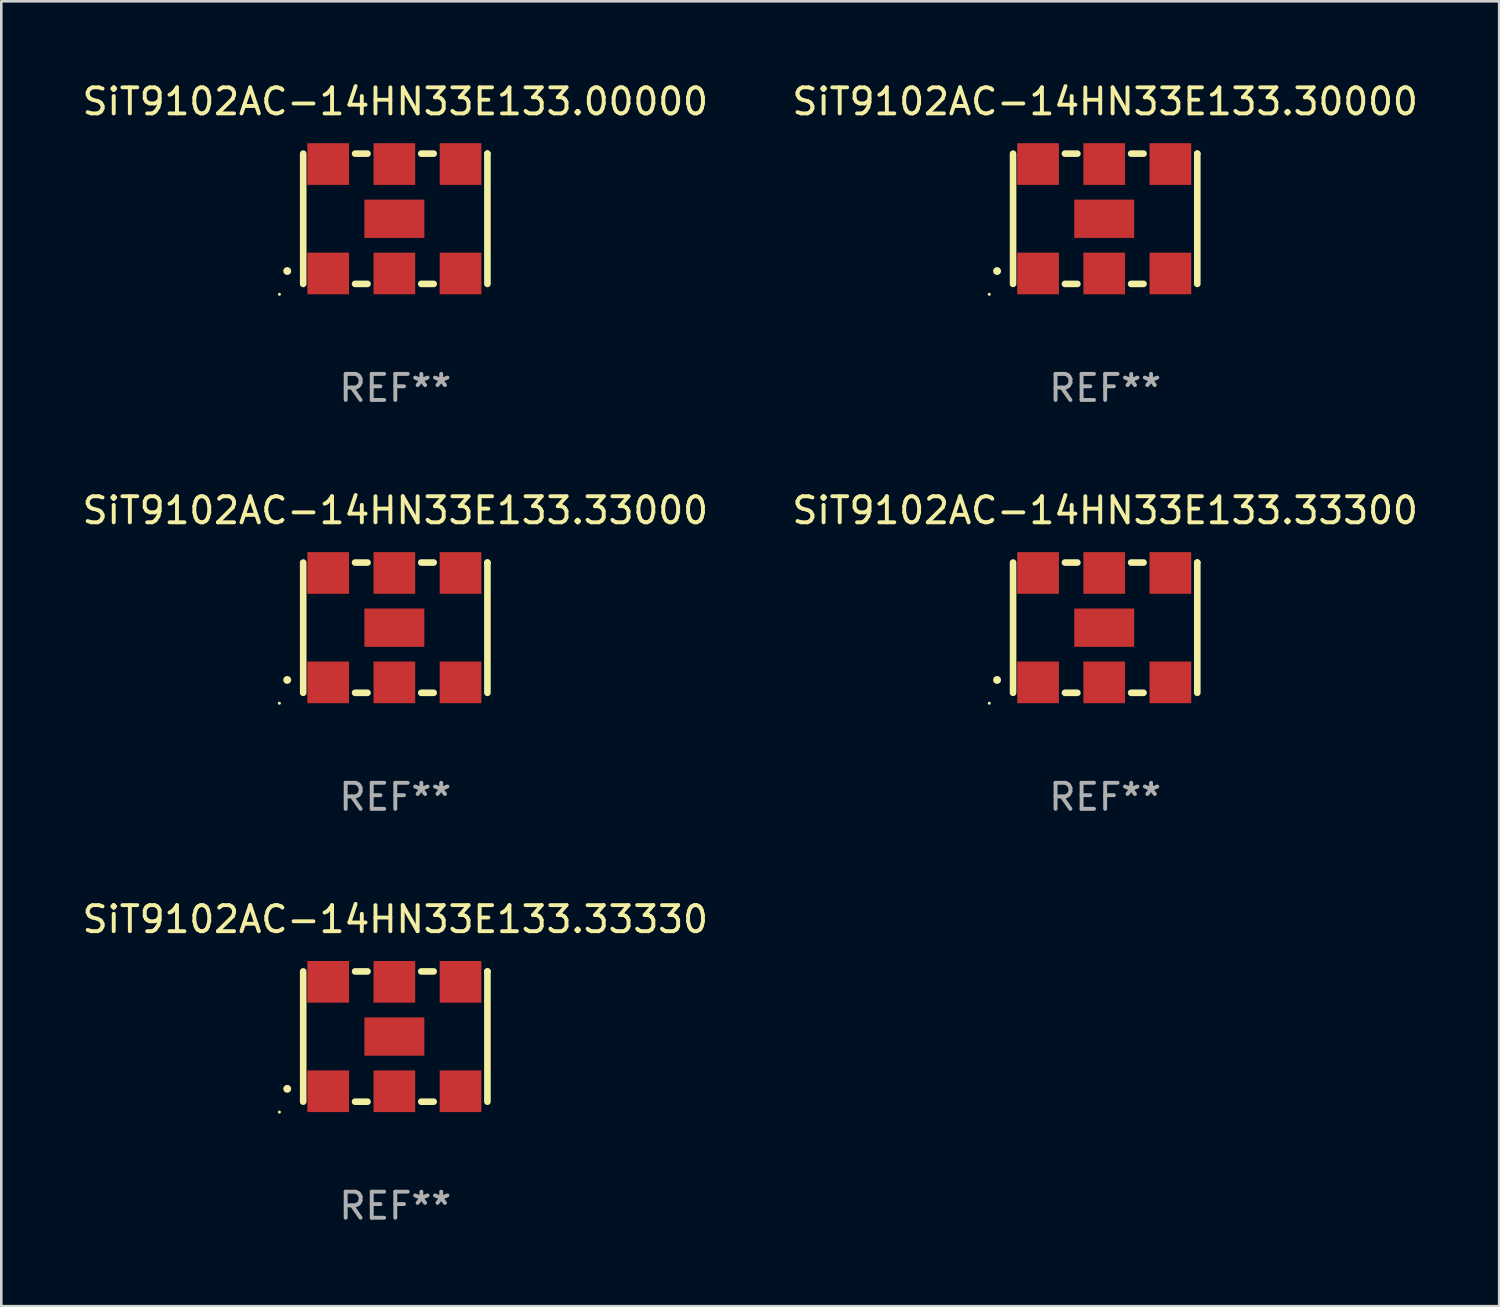
<source format=kicad_pcb>
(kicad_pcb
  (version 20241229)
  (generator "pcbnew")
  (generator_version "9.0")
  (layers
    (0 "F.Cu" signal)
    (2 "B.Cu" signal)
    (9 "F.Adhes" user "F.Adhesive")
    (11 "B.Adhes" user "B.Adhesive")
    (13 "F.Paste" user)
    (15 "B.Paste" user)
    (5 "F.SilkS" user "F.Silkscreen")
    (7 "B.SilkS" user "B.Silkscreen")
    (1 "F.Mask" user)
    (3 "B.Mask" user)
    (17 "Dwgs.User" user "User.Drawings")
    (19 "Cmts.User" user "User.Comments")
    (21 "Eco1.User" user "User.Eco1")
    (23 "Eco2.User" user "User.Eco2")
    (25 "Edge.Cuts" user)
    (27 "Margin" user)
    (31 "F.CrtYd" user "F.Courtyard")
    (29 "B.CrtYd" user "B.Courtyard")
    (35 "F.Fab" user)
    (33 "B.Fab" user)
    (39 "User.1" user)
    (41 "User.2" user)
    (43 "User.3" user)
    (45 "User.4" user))
  (footprint "SiT9102AC-14HN33E133.33330"
    (layer "F.Cu")
    (at 12.125 36.741)
    (property "Reference" "SiT9102AC-14HN33E133.33330" (at 0 -4.5 0) (layer "F.SilkS") (effects (font (size 1 1) (thickness 0.15))))
    (attr through_hole)
    (fp_line (start -3.536 -2.5) (end -3.536 2.5) (stroke (width 0.254) (type solid)) (layer "F.SilkS"))
    (fp_line (start -1.544 2.5) (end -1.067 2.5) (stroke (width 0.254) (type solid)) (layer "F.SilkS"))
    (fp_line (start -1.067 -2.5) (end -1.544 -2.5) (stroke (width 0.254) (type solid)) (layer "F.SilkS"))
    (fp_line (start 0.996 2.5) (end 1.473 2.5) (stroke (width 0.254) (type solid)) (layer "F.SilkS"))
    (fp_line (start 1.473 -2.5) (end 0.996 -2.5) (stroke (width 0.254) (type solid)) (layer "F.SilkS"))
    (fp_line (start 3.536 -2.5) (end 3.536 -2.5) (stroke (width 0.254) (type solid)) (layer "F.SilkS"))
    (fp_line (start 3.536 2.5) (end 3.536 -2.5) (stroke (width 0.254) (type solid)) (layer "F.SilkS"))
    (fp_arc (start -4.150432 2.006604) (mid -4.149162 2.006599) (end -4.147892 2.006604) (stroke (width 0.3) (type solid)) (layer "F.SilkS"))
    (fp_circle (center -4.449 2.9) (end -4.419 2.9) (stroke (width 0.06) (type solid)) (fill no) (layer "F.SilkS"))
    (fp_text user "REF**" (at 0 6.5 0) (layer "F.Fab") (effects (font (size 1 1) (thickness 0.15))))
    (pad "1" smd rect (at -2.576 2.1) (size 1.6 1.6) (layers "F.Cu" "F.Mask" "F.Paste"))
    (pad "2" smd rect (at -0.036 2.1) (size 1.6 1.6) (layers "F.Cu" "F.Mask" "F.Paste"))
    (pad "3" smd rect (at 2.504 2.1) (size 1.6 1.6) (layers "F.Cu" "F.Mask" "F.Paste"))
    (pad "4" smd rect (at 2.504 -2.1) (size 1.6 1.6) (layers "F.Cu" "F.Mask" "F.Paste"))
    (pad "5" smd rect (at -0.036 -2.1) (size 1.6 1.6) (layers "F.Cu" "F.Mask" "F.Paste"))
    (pad "6" smd rect (at -2.576 -2.1) (size 1.6 1.6) (layers "F.Cu" "F.Mask" "F.Paste"))
    (pad "7" smd rect (at -0.036 0) (size 2.3 1.47) (layers "F.Cu" "F.Mask" "F.Paste")))
  (footprint "SiT9102AC-14HN33E133.33300"
    (layer "F.Cu")
    (at 39.375 21.045)
    (property "Reference" "SiT9102AC-14HN33E133.33300" (at 0 -4.5 0) (layer "F.SilkS") (effects (font (size 1 1) (thickness 0.15))))
    (attr through_hole)
    (fp_line (start -3.536 -2.5) (end -3.536 2.5) (stroke (width 0.254) (type solid)) (layer "F.SilkS"))
    (fp_line (start -1.544 2.5) (end -1.067 2.5) (stroke (width 0.254) (type solid)) (layer "F.SilkS"))
    (fp_line (start -1.067 -2.5) (end -1.544 -2.5) (stroke (width 0.254) (type solid)) (layer "F.SilkS"))
    (fp_line (start 0.996 2.5) (end 1.473 2.5) (stroke (width 0.254) (type solid)) (layer "F.SilkS"))
    (fp_line (start 1.473 -2.5) (end 0.996 -2.5) (stroke (width 0.254) (type solid)) (layer "F.SilkS"))
    (fp_line (start 3.536 -2.5) (end 3.536 -2.5) (stroke (width 0.254) (type solid)) (layer "F.SilkS"))
    (fp_line (start 3.536 2.5) (end 3.536 -2.5) (stroke (width 0.254) (type solid)) (layer "F.SilkS"))
    (fp_arc (start -4.150432 2.006604) (mid -4.149162 2.006599) (end -4.147892 2.006604) (stroke (width 0.3) (type solid)) (layer "F.SilkS"))
    (fp_circle (center -4.449 2.9) (end -4.419 2.9) (stroke (width 0.06) (type solid)) (fill no) (layer "F.SilkS"))
    (fp_text user "REF**" (at 0 6.5 0) (layer "F.Fab") (effects (font (size 1 1) (thickness 0.15))))
    (pad "1" smd rect (at -2.576 2.1) (size 1.6 1.6) (layers "F.Cu" "F.Mask" "F.Paste"))
    (pad "2" smd rect (at -0.036 2.1) (size 1.6 1.6) (layers "F.Cu" "F.Mask" "F.Paste"))
    (pad "3" smd rect (at 2.504 2.1) (size 1.6 1.6) (layers "F.Cu" "F.Mask" "F.Paste"))
    (pad "4" smd rect (at 2.504 -2.1) (size 1.6 1.6) (layers "F.Cu" "F.Mask" "F.Paste"))
    (pad "5" smd rect (at -0.036 -2.1) (size 1.6 1.6) (layers "F.Cu" "F.Mask" "F.Paste"))
    (pad "6" smd rect (at -2.576 -2.1) (size 1.6 1.6) (layers "F.Cu" "F.Mask" "F.Paste"))
    (pad "7" smd rect (at -0.036 0) (size 2.3 1.47) (layers "F.Cu" "F.Mask" "F.Paste")))
  (footprint "SiT9102AC-14HN33E133.33000"
    (layer "F.Cu")
    (at 12.125 21.045)
    (property "Reference" "SiT9102AC-14HN33E133.33000" (at 0 -4.5 0) (layer "F.SilkS") (effects (font (size 1 1) (thickness 0.15))))
    (attr through_hole)
    (fp_line (start -3.536 -2.5) (end -3.536 2.5) (stroke (width 0.254) (type solid)) (layer "F.SilkS"))
    (fp_line (start -1.544 2.5) (end -1.067 2.5) (stroke (width 0.254) (type solid)) (layer "F.SilkS"))
    (fp_line (start -1.067 -2.5) (end -1.544 -2.5) (stroke (width 0.254) (type solid)) (layer "F.SilkS"))
    (fp_line (start 0.996 2.5) (end 1.473 2.5) (stroke (width 0.254) (type solid)) (layer "F.SilkS"))
    (fp_line (start 1.473 -2.5) (end 0.996 -2.5) (stroke (width 0.254) (type solid)) (layer "F.SilkS"))
    (fp_line (start 3.536 -2.5) (end 3.536 -2.5) (stroke (width 0.254) (type solid)) (layer "F.SilkS"))
    (fp_line (start 3.536 2.5) (end 3.536 -2.5) (stroke (width 0.254) (type solid)) (layer "F.SilkS"))
    (fp_arc (start -4.150432 2.006604) (mid -4.149162 2.006599) (end -4.147892 2.006604) (stroke (width 0.3) (type solid)) (layer "F.SilkS"))
    (fp_circle (center -4.449 2.9) (end -4.419 2.9) (stroke (width 0.06) (type solid)) (fill no) (layer "F.SilkS"))
    (fp_text user "REF**" (at 0 6.5 0) (layer "F.Fab") (effects (font (size 1 1) (thickness 0.15))))
    (pad "1" smd rect (at -2.576 2.1) (size 1.6 1.6) (layers "F.Cu" "F.Mask" "F.Paste"))
    (pad "2" smd rect (at -0.036 2.1) (size 1.6 1.6) (layers "F.Cu" "F.Mask" "F.Paste"))
    (pad "3" smd rect (at 2.504 2.1) (size 1.6 1.6) (layers "F.Cu" "F.Mask" "F.Paste"))
    (pad "4" smd rect (at 2.504 -2.1) (size 1.6 1.6) (layers "F.Cu" "F.Mask" "F.Paste"))
    (pad "5" smd rect (at -0.036 -2.1) (size 1.6 1.6) (layers "F.Cu" "F.Mask" "F.Paste"))
    (pad "6" smd rect (at -2.576 -2.1) (size 1.6 1.6) (layers "F.Cu" "F.Mask" "F.Paste"))
    (pad "7" smd rect (at -0.036 0) (size 2.3 1.47) (layers "F.Cu" "F.Mask" "F.Paste")))
  (footprint "SiT9102AC-14HN33E133.00000"
    (layer "F.Cu")
    (at 12.125 5.348)
    (property "Reference" "SiT9102AC-14HN33E133.00000" (at 0 -4.5 0) (layer "F.SilkS") (effects (font (size 1 1) (thickness 0.15))))
    (attr through_hole)
    (fp_line (start -3.536 -2.5) (end -3.536 2.5) (stroke (width 0.254) (type solid)) (layer "F.SilkS"))
    (fp_line (start -1.544 2.5) (end -1.067 2.5) (stroke (width 0.254) (type solid)) (layer "F.SilkS"))
    (fp_line (start -1.067 -2.5) (end -1.544 -2.5) (stroke (width 0.254) (type solid)) (layer "F.SilkS"))
    (fp_line (start 0.996 2.5) (end 1.473 2.5) (stroke (width 0.254) (type solid)) (layer "F.SilkS"))
    (fp_line (start 1.473 -2.5) (end 0.996 -2.5) (stroke (width 0.254) (type solid)) (layer "F.SilkS"))
    (fp_line (start 3.536 -2.5) (end 3.536 -2.5) (stroke (width 0.254) (type solid)) (layer "F.SilkS"))
    (fp_line (start 3.536 2.5) (end 3.536 -2.5) (stroke (width 0.254) (type solid)) (layer "F.SilkS"))
    (fp_arc (start -4.150432 2.006604) (mid -4.149162 2.006599) (end -4.147892 2.006604) (stroke (width 0.3) (type solid)) (layer "F.SilkS"))
    (fp_circle (center -4.449 2.9) (end -4.419 2.9) (stroke (width 0.06) (type solid)) (fill no) (layer "F.SilkS"))
    (fp_text user "REF**" (at 0 6.5 0) (layer "F.Fab") (effects (font (size 1 1) (thickness 0.15))))
    (pad "1" smd rect (at -2.576 2.1) (size 1.6 1.6) (layers "F.Cu" "F.Mask" "F.Paste"))
    (pad "2" smd rect (at -0.036 2.1) (size 1.6 1.6) (layers "F.Cu" "F.Mask" "F.Paste"))
    (pad "3" smd rect (at 2.504 2.1) (size 1.6 1.6) (layers "F.Cu" "F.Mask" "F.Paste"))
    (pad "4" smd rect (at 2.504 -2.1) (size 1.6 1.6) (layers "F.Cu" "F.Mask" "F.Paste"))
    (pad "5" smd rect (at -0.036 -2.1) (size 1.6 1.6) (layers "F.Cu" "F.Mask" "F.Paste"))
    (pad "6" smd rect (at -2.576 -2.1) (size 1.6 1.6) (layers "F.Cu" "F.Mask" "F.Paste"))
    (pad "7" smd rect (at -0.036 0) (size 2.3 1.47) (layers "F.Cu" "F.Mask" "F.Paste")))
  (footprint "SiT9102AC-14HN33E133.30000"
    (layer "F.Cu")
    (at 39.375 5.348)
    (property "Reference" "SiT9102AC-14HN33E133.30000" (at 0 -4.5 0) (layer "F.SilkS") (effects (font (size 1 1) (thickness 0.15))))
    (attr through_hole)
    (fp_line (start -3.536 -2.5) (end -3.536 2.5) (stroke (width 0.254) (type solid)) (layer "F.SilkS"))
    (fp_line (start -1.544 2.5) (end -1.067 2.5) (stroke (width 0.254) (type solid)) (layer "F.SilkS"))
    (fp_line (start -1.067 -2.5) (end -1.544 -2.5) (stroke (width 0.254) (type solid)) (layer "F.SilkS"))
    (fp_line (start 0.996 2.5) (end 1.473 2.5) (stroke (width 0.254) (type solid)) (layer "F.SilkS"))
    (fp_line (start 1.473 -2.5) (end 0.996 -2.5) (stroke (width 0.254) (type solid)) (layer "F.SilkS"))
    (fp_line (start 3.536 -2.5) (end 3.536 -2.5) (stroke (width 0.254) (type solid)) (layer "F.SilkS"))
    (fp_line (start 3.536 2.5) (end 3.536 -2.5) (stroke (width 0.254) (type solid)) (layer "F.SilkS"))
    (fp_arc (start -4.150432 2.006604) (mid -4.149162 2.006599) (end -4.147892 2.006604) (stroke (width 0.3) (type solid)) (layer "F.SilkS"))
    (fp_circle (center -4.449 2.9) (end -4.419 2.9) (stroke (width 0.06) (type solid)) (fill no) (layer "F.SilkS"))
    (fp_text user "REF**" (at 0 6.5 0) (layer "F.Fab") (effects (font (size 1 1) (thickness 0.15))))
    (pad "1" smd rect (at -2.576 2.1) (size 1.6 1.6) (layers "F.Cu" "F.Mask" "F.Paste"))
    (pad "2" smd rect (at -0.036 2.1) (size 1.6 1.6) (layers "F.Cu" "F.Mask" "F.Paste"))
    (pad "3" smd rect (at 2.504 2.1) (size 1.6 1.6) (layers "F.Cu" "F.Mask" "F.Paste"))
    (pad "4" smd rect (at 2.504 -2.1) (size 1.6 1.6) (layers "F.Cu" "F.Mask" "F.Paste"))
    (pad "5" smd rect (at -0.036 -2.1) (size 1.6 1.6) (layers "F.Cu" "F.Mask" "F.Paste"))
    (pad "6" smd rect (at -2.576 -2.1) (size 1.6 1.6) (layers "F.Cu" "F.Mask" "F.Paste"))
    (pad "7" smd rect (at -0.036 0) (size 2.3 1.47) (layers "F.Cu" "F.Mask" "F.Paste")))
  (gr_rect
    (start -3 -3)
    (end 54.5 47.09)
    (stroke (width 0.1) (type default))
    (fill no)
    (layer "Edge.Cuts")))
</source>
